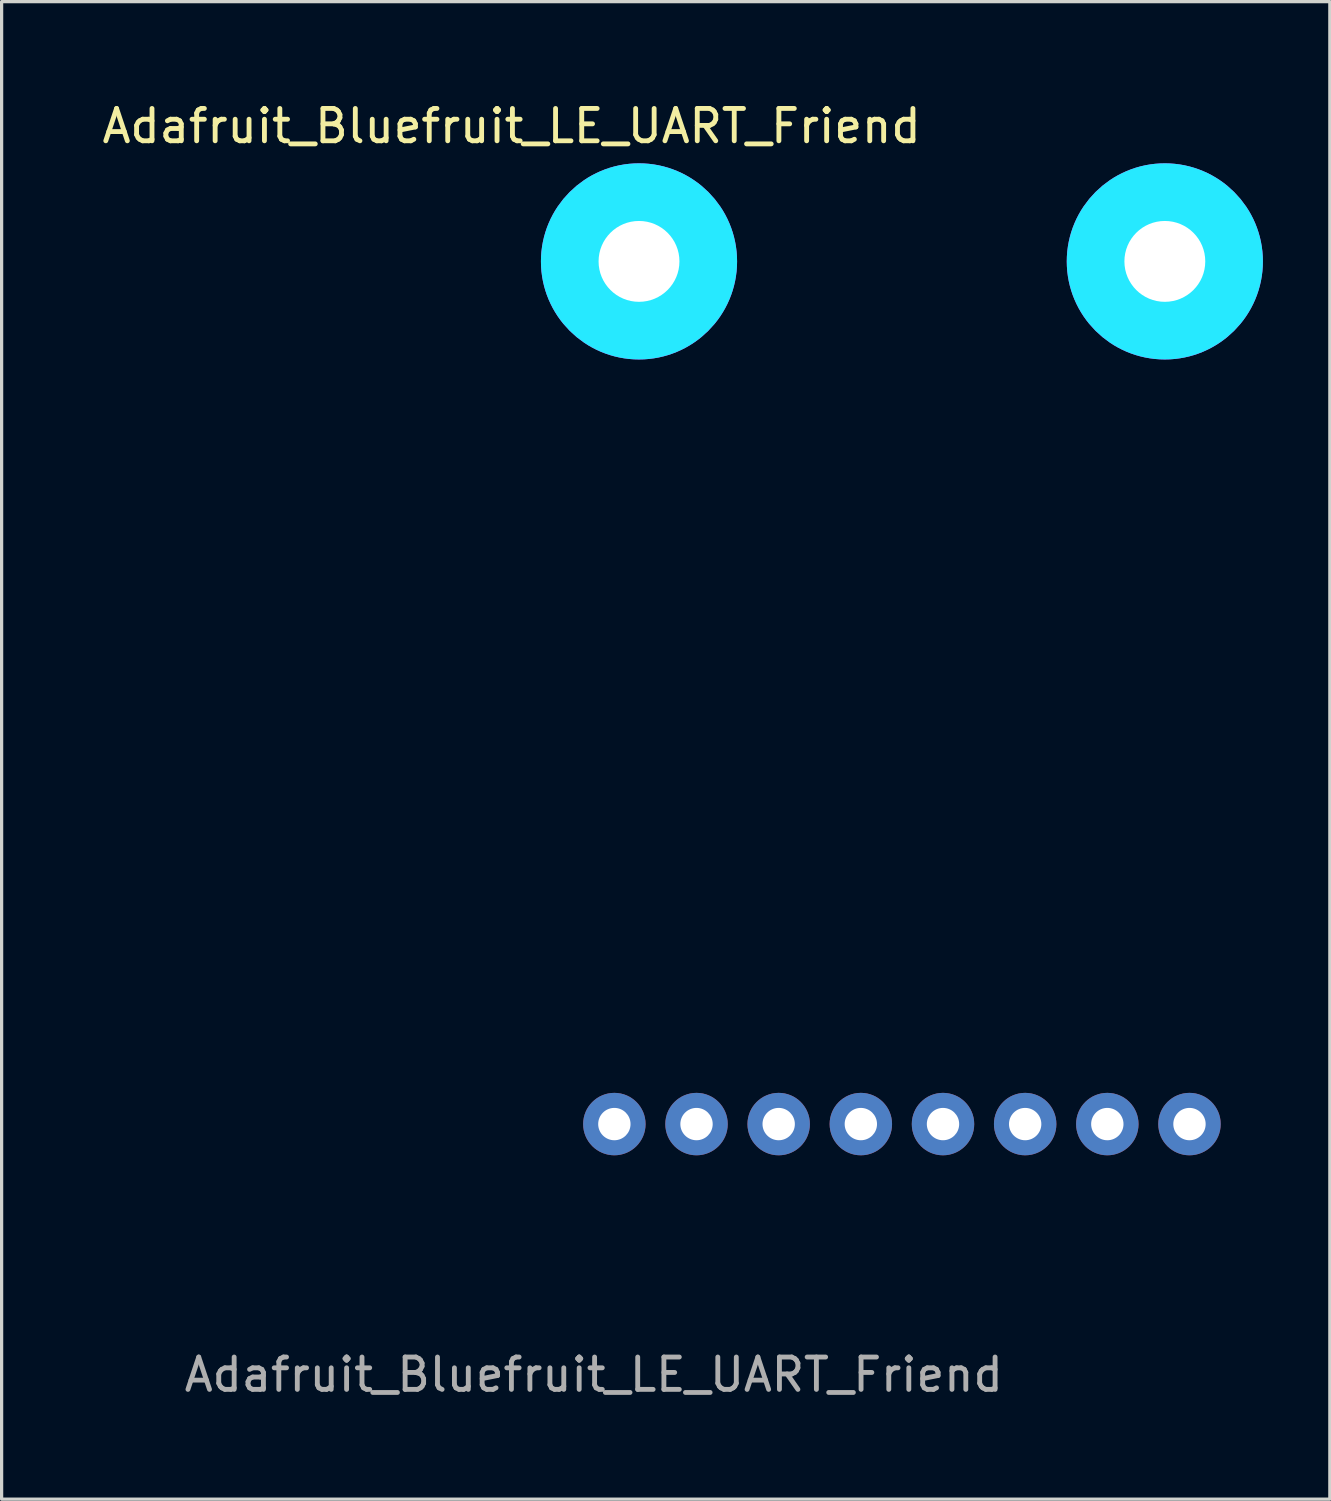
<source format=kicad_pcb>
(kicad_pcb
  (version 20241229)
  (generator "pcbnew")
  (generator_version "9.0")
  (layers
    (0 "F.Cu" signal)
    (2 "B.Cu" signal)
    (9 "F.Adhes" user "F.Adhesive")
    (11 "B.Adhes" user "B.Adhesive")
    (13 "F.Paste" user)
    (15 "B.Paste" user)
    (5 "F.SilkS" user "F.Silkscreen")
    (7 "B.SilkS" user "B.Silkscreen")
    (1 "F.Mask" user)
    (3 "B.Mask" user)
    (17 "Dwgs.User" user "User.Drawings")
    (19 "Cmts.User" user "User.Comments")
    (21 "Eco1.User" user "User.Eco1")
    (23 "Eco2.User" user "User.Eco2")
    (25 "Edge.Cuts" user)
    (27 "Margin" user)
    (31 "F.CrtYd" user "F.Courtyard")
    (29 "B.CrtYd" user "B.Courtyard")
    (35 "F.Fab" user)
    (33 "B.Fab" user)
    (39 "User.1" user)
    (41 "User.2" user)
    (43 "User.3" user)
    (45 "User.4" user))
  (footprint "Adafruit_Bluefruit_LE_UART_Friend"
    (layer "F.Cu")
    (at 12.768 1.348)
    (property "Reference" "Adafruit_Bluefruit_LE_UART_Friend" (at 0 -0.5 0) (unlocked yes) (layer "F.SilkS") (effects (font (size 1 1) (thickness 0.15))))
    (attr through_hole)
    (fp_circle (center 3.937 3.683) (end 5.937 3.683) (stroke (width 0.203) (type solid)) (fill no) (layer "F.SilkS"))
    (fp_circle (center 20.193 3.683) (end 22.193 3.683) (stroke (width 0.203) (type solid)) (fill no) (layer "F.SilkS"))
    (fp_circle (center 3.937 3.683) (end 4.937 3.683) (stroke (width 2.032) (type solid)) (fill no) (layer "B.CrtYd"))
    (fp_circle (center 20.193 3.683) (end 21.193 3.683) (stroke (width 2.032) (type solid)) (fill no) (layer "B.CrtYd"))
    (fp_circle (center 3.937 3.683) (end 4.937 3.683) (stroke (width 2.032) (type solid)) (fill no) (layer "F.CrtYd"))
    (fp_circle (center 20.193 3.683) (end 21.193 3.683) (stroke (width 2.032) (type solid)) (fill no) (layer "F.CrtYd"))
    (fp_text user "${REFERENCE}" (at 2.54 38.1 0) (unlocked yes) (layer "F.Fab") (effects (font (size 1 1) (thickness 0.15))))
    (pad "1" thru_hole circle (at 20.955 30.353 270) (size 1.93 1.93) (drill 1) (layers "*.Cu" "*.Mask"))
    (pad "2" thru_hole circle (at 18.415 30.353 270) (size 1.93 1.93) (drill 1) (layers "*.Cu" "*.Mask"))
    (pad "3" thru_hole circle (at 15.875 30.353 270) (size 1.93 1.93) (drill 1) (layers "*.Cu" "*.Mask"))
    (pad "4" thru_hole circle (at 13.335 30.353 270) (size 1.93 1.93) (drill 1) (layers "*.Cu" "*.Mask"))
    (pad "5" thru_hole circle (at 10.795 30.353 270) (size 1.93 1.93) (drill 1) (layers "*.Cu" "*.Mask"))
    (pad "6" thru_hole circle (at 8.255 30.353 270) (size 1.93 1.93) (drill 1) (layers "*.Cu" "*.Mask"))
    (pad "7" thru_hole circle (at 5.715 30.353 270) (size 1.93 1.93) (drill 1) (layers "*.Cu" "*.Mask"))
    (pad "8" thru_hole circle (at 3.175 30.353 270) (size 1.93 1.93) (drill 1) (layers "*.Cu" "*.Mask"))
    (pad "P$1" thru_hole circle (at 3.937 3.683) (size 3.2 3.2) (drill 2.5) (layers "*.Cu" "*.Mask"))
    (pad "P$1" thru_hole circle (at 20.193 3.683) (size 3.2 3.2) (drill 2.5) (layers "*.Cu" "*.Mask"))
    (zone (net_name "") (layer "F.Cu") (hatch edge 0.508) (connect_pads) (min_thickness 0.254) (filled_areas_thickness no) (keepout (tracks not_allowed) (vias not_allowed) (pads not_allowed) (copperpour not_allowed) (footprints allowed)) (placement (enabled no)) (fill) (polygon (pts (xy 18.721 5.031) (xy 18.69 4.681) (xy 18.599 4.342) (xy 18.451 4.023) (xy 18.249 3.735) (xy 18.001 3.487) (xy 17.713 3.285) (xy 17.394 3.137) (xy 17.055 3.046) (xy 16.705 3.015) (xy 16.355 3.046) (xy 16.015 3.137) (xy 15.697 3.285) (xy 15.409 3.487) (xy 15.161 3.735) (xy 14.959 4.023) (xy 14.81 4.342) (xy 14.719 4.681) (xy 14.689 5.031) (xy 14.719 5.381) (xy 14.81 5.721) (xy 14.959 6.039) (xy 15.161 6.327) (xy 15.409 6.576) (xy 15.697 6.777) (xy 16.015 6.926) (xy 16.355 7.017) (xy 16.705 7.047) (xy 17.055 7.017) (xy 17.394 6.926) (xy 17.713 6.777) (xy 18.001 6.576) (xy 18.249 6.327) (xy 18.451 6.039) (xy 18.599 5.721) (xy 18.69 5.381))) (polygon (pts (xy 16.689 5.031) (xy 16.689 5.034) (xy 16.69 5.037) (xy 16.691 5.039) (xy 16.693 5.042) (xy 16.695 5.044) (xy 16.697 5.045) (xy 16.699 5.046) (xy 16.702 5.047) (xy 16.705 5.047) (xy 16.708 5.047) (xy 16.71 5.046) (xy 16.713 5.045) (xy 16.715 5.044) (xy 16.717 5.042) (xy 16.719 5.039) (xy 16.72 5.037) (xy 16.721 5.034) (xy 16.721 5.031) (xy 16.721 5.028) (xy 16.72 5.026) (xy 16.719 5.023) (xy 16.717 5.021) (xy 16.715 5.019) (xy 16.713 5.017) (xy 16.71 5.016) (xy 16.708 5.015) (xy 16.705 5.015) (xy 16.702 5.015) (xy 16.699 5.016) (xy 16.697 5.017) (xy 16.695 5.019) (xy 16.693 5.021) (xy 16.691 5.023) (xy 16.69 5.026) (xy 16.689 5.028))))
    (zone (net_name "") (layer "F.Cu") (hatch edge 0.508) (connect_pads) (min_thickness 0.254) (filled_areas_thickness no) (keepout (tracks not_allowed) (vias not_allowed) (pads not_allowed) (copperpour not_allowed) (footprints allowed)) (placement (enabled no)) (fill) (polygon (pts (xy 34.977 5.031) (xy 34.946 4.681) (xy 34.855 4.342) (xy 34.707 4.023) (xy 34.505 3.735) (xy 34.257 3.487) (xy 33.969 3.285) (xy 33.65 3.137) (xy 33.311 3.046) (xy 32.961 3.015) (xy 32.611 3.046) (xy 32.271 3.137) (xy 31.953 3.285) (xy 31.665 3.487) (xy 31.417 3.735) (xy 31.215 4.023) (xy 31.066 4.342) (xy 30.975 4.681) (xy 30.945 5.031) (xy 30.975 5.381) (xy 31.066 5.721) (xy 31.215 6.039) (xy 31.417 6.327) (xy 31.665 6.576) (xy 31.953 6.777) (xy 32.271 6.926) (xy 32.611 7.017) (xy 32.961 7.047) (xy 33.311 7.017) (xy 33.65 6.926) (xy 33.969 6.777) (xy 34.257 6.576) (xy 34.505 6.327) (xy 34.707 6.039) (xy 34.855 5.721) (xy 34.946 5.381))) (polygon (pts (xy 32.945 5.031) (xy 32.945 5.034) (xy 32.946 5.037) (xy 32.947 5.039) (xy 32.949 5.042) (xy 32.951 5.044) (xy 32.953 5.045) (xy 32.955 5.046) (xy 32.958 5.047) (xy 32.961 5.047) (xy 32.964 5.047) (xy 32.966 5.046) (xy 32.969 5.045) (xy 32.971 5.044) (xy 32.973 5.042) (xy 32.975 5.039) (xy 32.976 5.037) (xy 32.977 5.034) (xy 32.977 5.031) (xy 32.977 5.028) (xy 32.976 5.026) (xy 32.975 5.023) (xy 32.973 5.021) (xy 32.971 5.019) (xy 32.969 5.017) (xy 32.966 5.016) (xy 32.964 5.015) (xy 32.961 5.015) (xy 32.958 5.015) (xy 32.955 5.016) (xy 32.953 5.017) (xy 32.951 5.019) (xy 32.949 5.021) (xy 32.947 5.023) (xy 32.946 5.026) (xy 32.945 5.028))))
    (zone (net_name "") (layer "B.Cu") (hatch edge 0.508) (connect_pads) (min_thickness 0.254) (filled_areas_thickness no) (keepout (tracks not_allowed) (vias not_allowed) (pads not_allowed) (copperpour not_allowed) (footprints allowed)) (placement (enabled no)) (fill) (polygon (pts (xy 18.721 5.031) (xy 18.69 4.681) (xy 18.599 4.342) (xy 18.451 4.023) (xy 18.249 3.735) (xy 18.001 3.487) (xy 17.713 3.285) (xy 17.394 3.137) (xy 17.055 3.046) (xy 16.705 3.015) (xy 16.355 3.046) (xy 16.015 3.137) (xy 15.697 3.285) (xy 15.409 3.487) (xy 15.161 3.735) (xy 14.959 4.023) (xy 14.81 4.342) (xy 14.719 4.681) (xy 14.689 5.031) (xy 14.719 5.381) (xy 14.81 5.721) (xy 14.959 6.039) (xy 15.161 6.327) (xy 15.409 6.576) (xy 15.697 6.777) (xy 16.015 6.926) (xy 16.355 7.017) (xy 16.705 7.047) (xy 17.055 7.017) (xy 17.394 6.926) (xy 17.713 6.777) (xy 18.001 6.576) (xy 18.249 6.327) (xy 18.451 6.039) (xy 18.599 5.721) (xy 18.69 5.381))) (polygon (pts (xy 16.689 5.031) (xy 16.689 5.034) (xy 16.69 5.037) (xy 16.691 5.039) (xy 16.693 5.042) (xy 16.695 5.044) (xy 16.697 5.045) (xy 16.699 5.046) (xy 16.702 5.047) (xy 16.705 5.047) (xy 16.708 5.047) (xy 16.71 5.046) (xy 16.713 5.045) (xy 16.715 5.044) (xy 16.717 5.042) (xy 16.719 5.039) (xy 16.72 5.037) (xy 16.721 5.034) (xy 16.721 5.031) (xy 16.721 5.028) (xy 16.72 5.026) (xy 16.719 5.023) (xy 16.717 5.021) (xy 16.715 5.019) (xy 16.713 5.017) (xy 16.71 5.016) (xy 16.708 5.015) (xy 16.705 5.015) (xy 16.702 5.015) (xy 16.699 5.016) (xy 16.697 5.017) (xy 16.695 5.019) (xy 16.693 5.021) (xy 16.691 5.023) (xy 16.69 5.026) (xy 16.689 5.028))))
    (zone (net_name "") (layer "B.Cu") (hatch edge 0.508) (connect_pads) (min_thickness 0.254) (filled_areas_thickness no) (keepout (tracks not_allowed) (vias not_allowed) (pads not_allowed) (copperpour not_allowed) (footprints allowed)) (placement (enabled no)) (fill) (polygon (pts (xy 34.977 5.031) (xy 34.946 4.681) (xy 34.855 4.342) (xy 34.707 4.023) (xy 34.505 3.735) (xy 34.257 3.487) (xy 33.969 3.285) (xy 33.65 3.137) (xy 33.311 3.046) (xy 32.961 3.015) (xy 32.611 3.046) (xy 32.271 3.137) (xy 31.953 3.285) (xy 31.665 3.487) (xy 31.417 3.735) (xy 31.215 4.023) (xy 31.066 4.342) (xy 30.975 4.681) (xy 30.945 5.031) (xy 30.975 5.381) (xy 31.066 5.721) (xy 31.215 6.039) (xy 31.417 6.327) (xy 31.665 6.576) (xy 31.953 6.777) (xy 32.271 6.926) (xy 32.611 7.017) (xy 32.961 7.047) (xy 33.311 7.017) (xy 33.65 6.926) (xy 33.969 6.777) (xy 34.257 6.576) (xy 34.505 6.327) (xy 34.707 6.039) (xy 34.855 5.721) (xy 34.946 5.381))) (polygon (pts (xy 32.945 5.031) (xy 32.945 5.034) (xy 32.946 5.037) (xy 32.947 5.039) (xy 32.949 5.042) (xy 32.951 5.044) (xy 32.953 5.045) (xy 32.955 5.046) (xy 32.958 5.047) (xy 32.961 5.047) (xy 32.964 5.047) (xy 32.966 5.046) (xy 32.969 5.045) (xy 32.971 5.044) (xy 32.973 5.042) (xy 32.975 5.039) (xy 32.976 5.037) (xy 32.977 5.034) (xy 32.977 5.031) (xy 32.977 5.028) (xy 32.976 5.026) (xy 32.975 5.023) (xy 32.973 5.021) (xy 32.971 5.019) (xy 32.969 5.017) (xy 32.966 5.016) (xy 32.964 5.015) (xy 32.961 5.015) (xy 32.958 5.015) (xy 32.955 5.016) (xy 32.953 5.017) (xy 32.951 5.019) (xy 32.949 5.021) (xy 32.947 5.023) (xy 32.946 5.026) (xy 32.945 5.028)))))
  (gr_rect
    (start -3 -3)
    (end 38.062 43.297)
    (stroke (width 0.1) (type default))
    (fill no)
    (layer "Edge.Cuts")))
</source>
